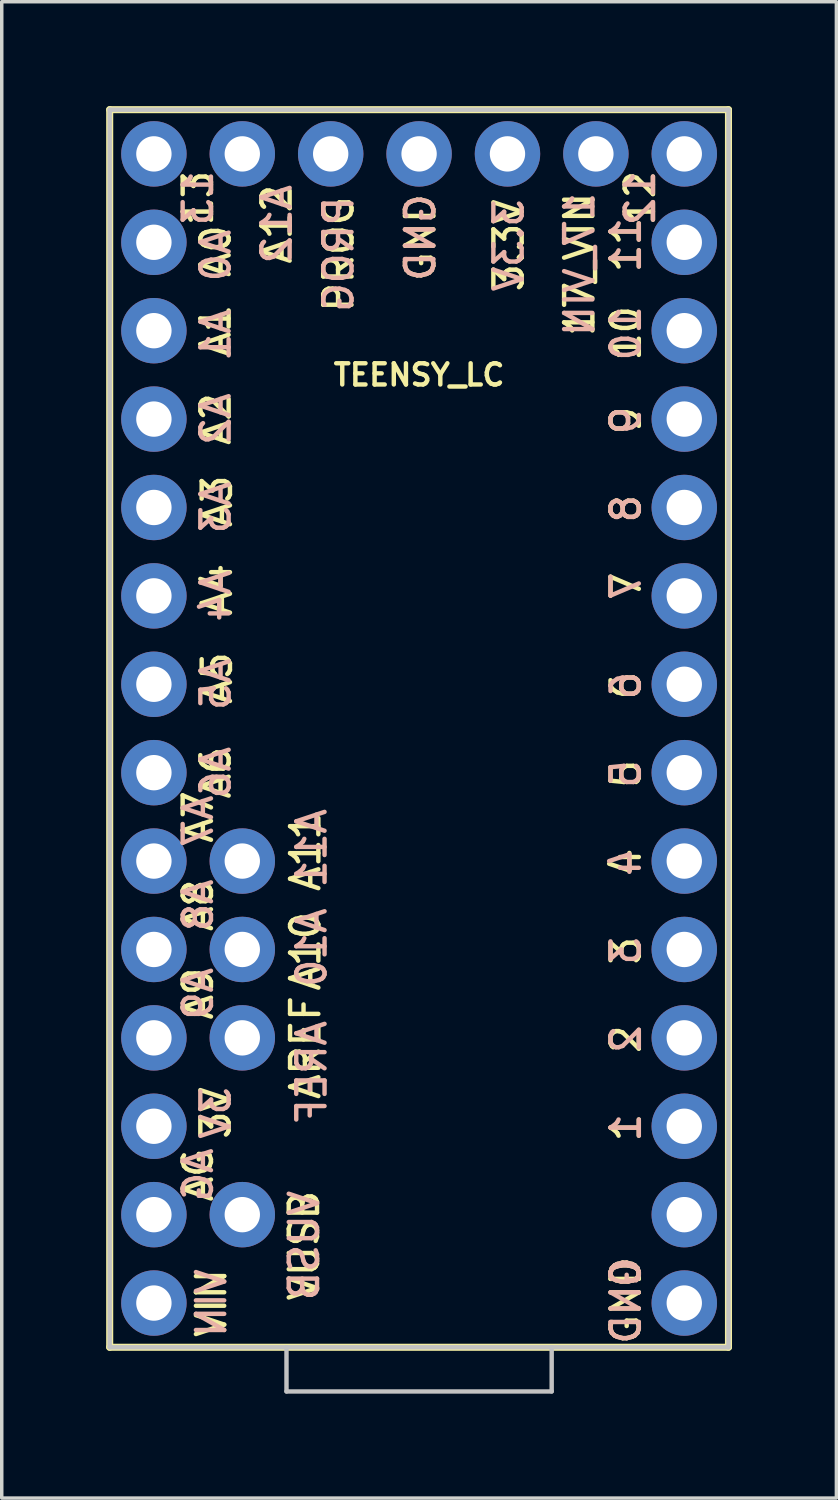
<source format=kicad_pcb>
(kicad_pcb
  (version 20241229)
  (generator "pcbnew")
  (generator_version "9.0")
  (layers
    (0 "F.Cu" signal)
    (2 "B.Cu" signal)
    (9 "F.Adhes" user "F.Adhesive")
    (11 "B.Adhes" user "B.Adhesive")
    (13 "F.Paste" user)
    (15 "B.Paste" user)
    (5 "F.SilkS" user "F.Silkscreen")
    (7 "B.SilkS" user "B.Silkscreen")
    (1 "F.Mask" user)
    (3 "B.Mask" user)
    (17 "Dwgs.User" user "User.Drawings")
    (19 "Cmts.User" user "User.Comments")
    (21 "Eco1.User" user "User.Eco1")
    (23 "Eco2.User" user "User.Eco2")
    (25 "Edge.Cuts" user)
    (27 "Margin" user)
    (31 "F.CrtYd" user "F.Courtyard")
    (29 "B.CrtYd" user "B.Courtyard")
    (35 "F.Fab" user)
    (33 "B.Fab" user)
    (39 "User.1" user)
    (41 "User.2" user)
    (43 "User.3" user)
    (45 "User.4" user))
  (footprint "TEENSY_LC"
    (layer "F.Cu")
    (at 8.992 17.882)
    (property "Reference" "TEENSY_LC" (at 0 -10.16 0) (layer "F.SilkS") (effects (font (size 0.61 0.61) (thickness 0.127))))
    (attr exclude_from_pos_files exclude_from_bom)
    (fp_line (start -8.89 -17.78) (end 8.89 -17.78) (stroke (width 0.127) (type solid)) (layer "F.SilkS"))
    (fp_line (start -8.89 -17.78) (end 8.89 -17.78) (stroke (width 0.203) (type solid)) (layer "F.SilkS"))
    (fp_line (start -8.89 17.78) (end -8.89 -17.78) (stroke (width 0.127) (type solid)) (layer "F.SilkS"))
    (fp_line (start -8.89 17.78) (end -8.89 -17.78) (stroke (width 0.203) (type solid)) (layer "F.SilkS"))
    (fp_line (start 8.89 -17.78) (end 8.89 17.78) (stroke (width 0.127) (type solid)) (layer "F.SilkS"))
    (fp_line (start 8.89 -17.78) (end 8.89 17.78) (stroke (width 0.203) (type solid)) (layer "F.SilkS"))
    (fp_line (start 8.89 17.78) (end -8.89 17.78) (stroke (width 0.127) (type solid)) (layer "F.SilkS"))
    (fp_line (start 8.89 17.78) (end -8.89 17.78) (stroke (width 0.203) (type solid)) (layer "F.SilkS"))
    (fp_line (start -8.89 -17.78) (end 8.89 -17.78) (stroke (width 0.127) (type solid)) (layer "Dwgs.User"))
    (fp_line (start -8.89 17.78) (end -8.89 -17.78) (stroke (width 0.127) (type solid)) (layer "Dwgs.User"))
    (fp_line (start -3.81 17.78) (end -8.89 17.78) (stroke (width 0.127) (type solid)) (layer "Dwgs.User"))
    (fp_line (start -3.81 19.05) (end -3.81 17.78) (stroke (width 0.127) (type solid)) (layer "Dwgs.User"))
    (fp_line (start -3.81 19.05) (end 3.81 19.05) (stroke (width 0.127) (type solid)) (layer "Dwgs.User"))
    (fp_line (start 3.81 17.78) (end -3.81 17.78) (stroke (width 0.127) (type solid)) (layer "Dwgs.User"))
    (fp_line (start 3.81 19.05) (end 3.81 17.78) (stroke (width 0.127) (type solid)) (layer "Dwgs.User"))
    (fp_line (start 8.89 -17.78) (end 8.89 17.78) (stroke (width 0.127) (type solid)) (layer "Dwgs.User"))
    (fp_line (start 8.89 17.78) (end 3.81 17.78) (stroke (width 0.127) (type solid)) (layer "Dwgs.User"))
    (fp_text user "3V" (at -5.842 11.049 90) (layer "F.SilkS") (effects (font (size 0.813 0.813) (thickness 0.127))))
    (fp_text user "1" (at 5.944 11.468 90) (layer "F.SilkS") (effects (font (size 0.813 0.813) (thickness 0.127))))
    (fp_text user "AREF" (at -3.264 9.169 90) (layer "F.SilkS") (effects (font (size 0.813 0.813) (thickness 0.127))))
    (fp_text user "7" (at 5.944 -4.089 90) (layer "F.SilkS") (effects (font (size 0.813 0.813) (thickness 0.127))))
    (fp_text user "A2" (at -5.842 -8.89 90) (layer "F.SilkS") (effects (font (size 0.813 0.813) (thickness 0.127))))
    (fp_text user "9" (at 5.944 -8.852 90) (layer "F.SilkS") (effects (font (size 0.813 0.813) (thickness 0.127))))
    (fp_text user "A6" (at -5.842 1.27 90) (layer "F.SilkS") (effects (font (size 0.813 0.813) (thickness 0.127))))
    (fp_text user "VUSB" (at -3.302 14.859 90) (layer "F.SilkS") (effects (font (size 0.813 0.813) (thickness 0.127))))
    (fp_text user "8" (at 5.944 -6.312 90) (layer "F.SilkS") (effects (font (size 0.813 0.813) (thickness 0.127))))
    (fp_text user "A8" (at -6.35 5.08 90) (layer "F.SilkS") (effects (font (size 0.813 0.813) (thickness 0.127))))
    (fp_text user "A5" (at -5.804 -1.448 90) (layer "F.SilkS") (effects (font (size 0.813 0.813) (thickness 0.127))))
    (fp_text user "13" (at -6.35 -15.24 90) (layer "F.SilkS") (effects (font (size 0.813 0.813) (thickness 0.127))))
    (fp_text user "A11" (at -3.264 3.543 90) (layer "F.SilkS") (effects (font (size 0.813 0.813) (thickness 0.127))))
    (fp_text user "AG" (at -6.35 12.827 90) (layer "F.SilkS") (effects (font (size 0.813 0.813) (thickness 0.127))))
    (fp_text user "GND" (at 0.038 -14.107 90) (layer "F.SilkS") (effects (font (size 0.813 0.813) (thickness 0.127))))
    (fp_text user "4" (at 5.944 3.848 90) (layer "F.SilkS") (effects (font (size 0.813 0.813) (thickness 0.127))))
    (fp_text user "10" (at 5.944 -11.354 90) (layer "F.SilkS") (effects (font (size 0.813 0.813) (thickness 0.127))))
    (fp_text user "PROG" (at -2.311 -13.627 90) (layer "F.SilkS") (effects (font (size 0.813 0.813) (thickness 0.127))))
    (fp_text user "3" (at 5.944 6.388 90) (layer "F.SilkS") (effects (font (size 0.813 0.813) (thickness 0.127))))
    (fp_text user "5" (at 5.944 1.306 90) (layer "F.SilkS") (effects (font (size 0.813 0.813) (thickness 0.127))))
    (fp_text user "12" (at 6.35 -15.24 270) (layer "F.SilkS") (effects (font (size 0.813 0.813) (thickness 0.127))))
    (fp_text user "6" (at 5.944 -1.232 90) (layer "F.SilkS") (effects (font (size 0.813 0.813) (thickness 0.127))))
    (fp_text user "A4" (at -5.804 -3.988 90) (layer "F.SilkS") (effects (font (size 0.813 0.813) (thickness 0.127))))
    (fp_text user "2" (at 5.944 8.928 90) (layer "F.SilkS") (effects (font (size 0.813 0.813) (thickness 0.127))))
    (fp_text user "A9" (at -6.35 7.62 90) (layer "F.SilkS") (effects (font (size 0.813 0.813) (thickness 0.127))))
    (fp_text user "0" (at 5.944 15.659 90) (layer "F.SilkS") (effects (font (size 0.813 0.813) (thickness 0.127))))
    (fp_text user "A0" (at -5.842 -13.716 90) (layer "F.SilkS") (effects (font (size 0.813 0.813) (thickness 0.127))))
    (fp_text user "VIN" (at -5.969 16.51 90) (layer "F.SilkS") (effects (font (size 0.813 0.813) (thickness 0.127))))
    (fp_text user "A7" (at -6.35 2.54 90) (layer "F.SilkS") (effects (font (size 0.813 0.813) (thickness 0.127))))
    (fp_text user "A12" (at -4.089 -14.488 90) (layer "F.SilkS") (effects (font (size 0.813 0.813) (thickness 0.127))))
    (fp_text user "3.3V" (at 2.578 -13.881 90) (layer "F.SilkS") (effects (font (size 0.813 0.813) (thickness 0.127))))
    (fp_text user "17_VIN" (at 4.61 -13.335 90) (layer "F.SilkS") (effects (font (size 0.813 0.813) (thickness 0.127))))
    (fp_text user "11" (at 5.944 -13.894 90) (layer "F.SilkS") (effects (font (size 0.813 0.813) (thickness 0.127))))
    (fp_text user "A3" (at -5.804 -6.528 90) (layer "F.SilkS") (effects (font (size 0.813 0.813) (thickness 0.127))))
    (fp_text user "GND" (at 5.944 16.434 90) (layer "F.SilkS") (effects (font (size 0.813 0.813) (thickness 0.127))))
    (fp_text user "A10" (at -3.264 6.401 90) (layer "F.SilkS") (effects (font (size 0.813 0.813) (thickness 0.127))))
    (fp_text user "A1" (at -5.842 -11.43 90) (layer "F.SilkS") (effects (font (size 0.813 0.813) (thickness 0.127))))
    (fp_text user "A3" (at -5.842 -6.35 270) (layer "B.SilkS") (effects (font (size 0.813 0.813) (thickness 0.127)) (justify mirror)))
    (fp_text user "A11" (at -3.086 3.442 270) (layer "B.SilkS") (effects (font (size 0.813 0.813) (thickness 0.127)) (justify mirror)))
    (fp_text user "5" (at 5.944 1.306 90) (layer "B.SilkS") (effects (font (size 0.813 0.813) (thickness 0.127)) (justify mirror)))
    (fp_text user "AREF" (at -3.086 9.881 270) (layer "B.SilkS") (effects (font (size 0.813 0.813) (thickness 0.127)) (justify mirror)))
    (fp_text user "A5" (at -5.842 -1.27 270) (layer "B.SilkS") (effects (font (size 0.813 0.813) (thickness 0.127)) (justify mirror)))
    (fp_text user "A10" (at -3.086 6.297 270) (layer "B.SilkS") (effects (font (size 0.813 0.813) (thickness 0.127)) (justify mirror)))
    (fp_text user "GND" (at 0.038 -14.107 90) (layer "B.SilkS") (effects (font (size 0.813 0.813) (thickness 0.127)) (justify mirror)))
    (fp_text user "A0" (at -5.842 -13.589 270) (layer "B.SilkS") (effects (font (size 0.813 0.813) (thickness 0.127)) (justify mirror)))
    (fp_text user "A6" (at -5.842 1.27 270) (layer "B.SilkS") (effects (font (size 0.813 0.813) (thickness 0.127)) (justify mirror)))
    (fp_text user "7" (at 5.944 -4.089 90) (layer "B.SilkS") (effects (font (size 0.813 0.813) (thickness 0.127)) (justify mirror)))
    (fp_text user "PROG" (at -2.311 -13.627 90) (layer "B.SilkS") (effects (font (size 0.813 0.813) (thickness 0.127)) (justify mirror)))
    (fp_text user "13" (at -6.35 -15.24 270) (layer "B.SilkS") (effects (font (size 0.813 0.813) (thickness 0.127)) (justify mirror)))
    (fp_text user "VUSB" (at -3.302 14.859 270) (layer "B.SilkS") (effects (font (size 0.813 0.813) (thickness 0.127)) (justify mirror)))
    (fp_text user "A1" (at -5.842 -11.303 270) (layer "B.SilkS") (effects (font (size 0.813 0.813) (thickness 0.127)) (justify mirror)))
    (fp_text user "6" (at 5.944 -1.232 90) (layer "B.SilkS") (effects (font (size 0.813 0.813) (thickness 0.127)) (justify mirror)))
    (fp_text user "A9" (at -6.35 7.62 270) (layer "B.SilkS") (effects (font (size 0.813 0.813) (thickness 0.127)) (justify mirror)))
    (fp_text user "AG" (at -6.35 12.827 90) (layer "B.SilkS") (effects (font (size 0.813 0.813) (thickness 0.127)) (justify mirror)))
    (fp_text user "A4" (at -5.842 -3.81 270) (layer "B.SilkS") (effects (font (size 0.813 0.813) (thickness 0.127)) (justify mirror)))
    (fp_text user "3V" (at -5.842 11.049 270) (layer "B.SilkS") (effects (font (size 0.813 0.813) (thickness 0.127)) (justify mirror)))
    (fp_text user "12" (at 6.35 -15.24 90) (layer "B.SilkS") (effects (font (size 0.813 0.813) (thickness 0.127)) (justify mirror)))
    (fp_text user "8" (at 5.944 -6.312 90) (layer "B.SilkS") (effects (font (size 0.813 0.813) (thickness 0.127)) (justify mirror)))
    (fp_text user "4" (at 5.944 3.848 90) (layer "B.SilkS") (effects (font (size 0.813 0.813) (thickness 0.127)) (justify mirror)))
    (fp_text user "10" (at 5.944 -11.354 90) (layer "B.SilkS") (effects (font (size 0.813 0.813) (thickness 0.127)) (justify mirror)))
    (fp_text user "1" (at 5.944 11.468 90) (layer "B.SilkS") (effects (font (size 0.813 0.813) (thickness 0.127)) (justify mirror)))
    (fp_text user "A2" (at -5.842 -8.89 270) (layer "B.SilkS") (effects (font (size 0.813 0.813) (thickness 0.127)) (justify mirror)))
    (fp_text user "VIN" (at -5.969 16.51 270) (layer "B.SilkS") (effects (font (size 0.813 0.813) (thickness 0.127)) (justify mirror)))
    (fp_text user "A7" (at -6.35 2.667 270) (layer "B.SilkS") (effects (font (size 0.813 0.813) (thickness 0.127)) (justify mirror)))
    (fp_text user "11" (at 5.944 -13.894 90) (layer "B.SilkS") (effects (font (size 0.813 0.813) (thickness 0.127)) (justify mirror)))
    (fp_text user "A12" (at -4.089 -14.488 90) (layer "B.SilkS") (effects (font (size 0.813 0.813) (thickness 0.127)) (justify mirror)))
    (fp_text user "0" (at 5.944 15.659 90) (layer "B.SilkS") (effects (font (size 0.813 0.813) (thickness 0.127)) (justify mirror)))
    (fp_text user "9" (at 5.944 -8.852 90) (layer "B.SilkS") (effects (font (size 0.813 0.813) (thickness 0.127)) (justify mirror)))
    (fp_text user "3.3V" (at 2.578 -13.881 90) (layer "B.SilkS") (effects (font (size 0.813 0.813) (thickness 0.127)) (justify mirror)))
    (fp_text user "A8" (at -6.35 5.08 270) (layer "B.SilkS") (effects (font (size 0.813 0.813) (thickness 0.127)) (justify mirror)))
    (fp_text user "17_VIN" (at 4.61 -13.335 90) (layer "B.SilkS") (effects (font (size 0.813 0.813) (thickness 0.127)) (justify mirror)))
    (fp_text user "GND" (at 5.944 16.434 90) (layer "B.SilkS") (effects (font (size 0.813 0.813) (thickness 0.127)) (justify mirror)))
    (fp_text user "2" (at 5.944 8.928 90) (layer "B.SilkS") (effects (font (size 0.813 0.813) (thickness 0.127)) (justify mirror)))
    (fp_text user "3" (at 5.944 6.388 90) (layer "B.SilkS") (effects (font (size 0.813 0.813) (thickness 0.127)) (justify mirror)))
    (pad "0" thru_hole circle (at 7.62 13.97) (size 1.88 1.88) (drill 1.016) (layers "*.Cu" "*.Mask"))
    (pad "1" thru_hole circle (at 7.62 11.43) (size 1.88 1.88) (drill 1.016) (layers "*.Cu" "*.Mask"))
    (pad "2" thru_hole circle (at 7.62 8.89) (size 1.88 1.88) (drill 1.016) (layers "*.Cu" "*.Mask"))
    (pad "3" thru_hole circle (at 7.62 6.35) (size 1.88 1.88) (drill 1.016) (layers "*.Cu" "*.Mask"))
    (pad "3.3V" thru_hole circle (at 2.54 -16.51) (size 1.88 1.88) (drill 1.016) (layers "*.Cu" "*.Mask"))
    (pad "3V" thru_hole circle (at -7.62 11.43) (size 1.88 1.88) (drill 1.016) (layers "*.Cu" "*.Mask"))
    (pad "4" thru_hole circle (at 7.62 3.81) (size 1.88 1.88) (drill 1.016) (layers "*.Cu" "*.Mask"))
    (pad "5" thru_hole circle (at 7.62 1.27) (size 1.88 1.88) (drill 1.016) (layers "*.Cu" "*.Mask"))
    (pad "6" thru_hole circle (at 7.62 -1.27) (size 1.88 1.88) (drill 1.016) (layers "*.Cu" "*.Mask"))
    (pad "7" thru_hole circle (at 7.62 -3.81) (size 1.88 1.88) (drill 1.016) (layers "*.Cu" "*.Mask"))
    (pad "8" thru_hole circle (at 7.62 -6.35) (size 1.88 1.88) (drill 1.016) (layers "*.Cu" "*.Mask"))
    (pad "9" thru_hole circle (at 7.62 -8.89) (size 1.88 1.88) (drill 1.016) (layers "*.Cu" "*.Mask"))
    (pad "10" thru_hole circle (at 7.62 -11.43) (size 1.88 1.88) (drill 1.016) (layers "*.Cu" "*.Mask"))
    (pad "11" thru_hole circle (at 7.62 -13.97) (size 1.88 1.88) (drill 1.016) (layers "*.Cu" "*.Mask"))
    (pad "12" thru_hole circle (at 7.62 -16.51) (size 1.88 1.88) (drill 1.016) (layers "*.Cu" "*.Mask"))
    (pad "13" thru_hole circle (at -7.62 -16.51) (size 1.88 1.88) (drill 1.016) (layers "*.Cu" "*.Mask"))
    (pad "14" thru_hole circle (at -7.62 -13.97) (size 1.88 1.88) (drill 1.016) (layers "*.Cu" "*.Mask"))
    (pad "15" thru_hole circle (at -7.62 -11.43) (size 1.88 1.88) (drill 1.016) (layers "*.Cu" "*.Mask"))
    (pad "16" thru_hole circle (at -7.62 -8.89) (size 1.88 1.88) (drill 1.016) (layers "*.Cu" "*.Mask"))
    (pad "17" thru_hole circle (at -7.62 -6.35) (size 1.88 1.88) (drill 1.016) (layers "*.Cu" "*.Mask"))
    (pad "17VIN" thru_hole circle (at 5.08 -16.51) (size 1.88 1.88) (drill 1.016) (layers "*.Cu" "*.Mask"))
    (pad "18" thru_hole circle (at -7.62 -3.81) (size 1.88 1.88) (drill 1.016) (layers "*.Cu" "*.Mask"))
    (pad "19" thru_hole circle (at -7.62 -1.27) (size 1.88 1.88) (drill 1.016) (layers "*.Cu" "*.Mask"))
    (pad "20" thru_hole circle (at -7.62 1.27) (size 1.88 1.88) (drill 1.016) (layers "*.Cu" "*.Mask"))
    (pad "21" thru_hole circle (at -7.62 3.81) (size 1.88 1.88) (drill 1.016) (layers "*.Cu" "*.Mask"))
    (pad "22" thru_hole circle (at -7.62 6.35) (size 1.88 1.88) (drill 1.016) (layers "*.Cu" "*.Mask"))
    (pad "23" thru_hole circle (at -7.62 8.89) (size 1.88 1.88) (drill 1.016) (layers "*.Cu" "*.Mask"))
    (pad "A10" thru_hole circle (at -5.08 6.35) (size 1.88 1.88) (drill 1.016) (layers "*.Cu" "*.Mask"))
    (pad "A11" thru_hole circle (at -5.08 3.81) (size 1.88 1.88) (drill 1.016) (layers "*.Cu" "*.Mask"))
    (pad "A12" thru_hole circle (at -5.08 -16.51) (size 1.88 1.88) (drill 1.016) (layers "*.Cu" "*.Mask"))
    (pad "AGND" thru_hole circle (at -7.62 13.97) (size 1.88 1.88) (drill 1.016) (layers "*.Cu" "*.Mask"))
    (pad "AREF" thru_hole circle (at -5.08 8.89) (size 1.88 1.88) (drill 1.016) (layers "*.Cu" "*.Mask"))
    (pad "GND1" thru_hole circle (at 7.62 16.51) (size 1.88 1.88) (drill 1.016) (layers "*.Cu" "*.Mask"))
    (pad "GND2" thru_hole circle (at 0 -16.51) (size 1.88 1.88) (drill 1.016) (layers "*.Cu" "*.Mask"))
    (pad "PROG" thru_hole circle (at -2.54 -16.51) (size 1.88 1.88) (drill 1.016) (layers "*.Cu" "*.Mask"))
    (pad "VIN" thru_hole circle (at -7.62 16.51) (size 1.88 1.88) (drill 1.016) (layers "*.Cu" "*.Mask"))
    (pad "VUSB" thru_hole circle (at -5.08 13.97) (size 1.88 1.88) (drill 1.016) (layers "*.Cu" "*.Mask")))
  (gr_rect
    (start -3 -3)
    (end 20.983 39.995)
    (stroke (width 0.1) (type default))
    (fill no)
    (layer "Edge.Cuts")))
</source>
